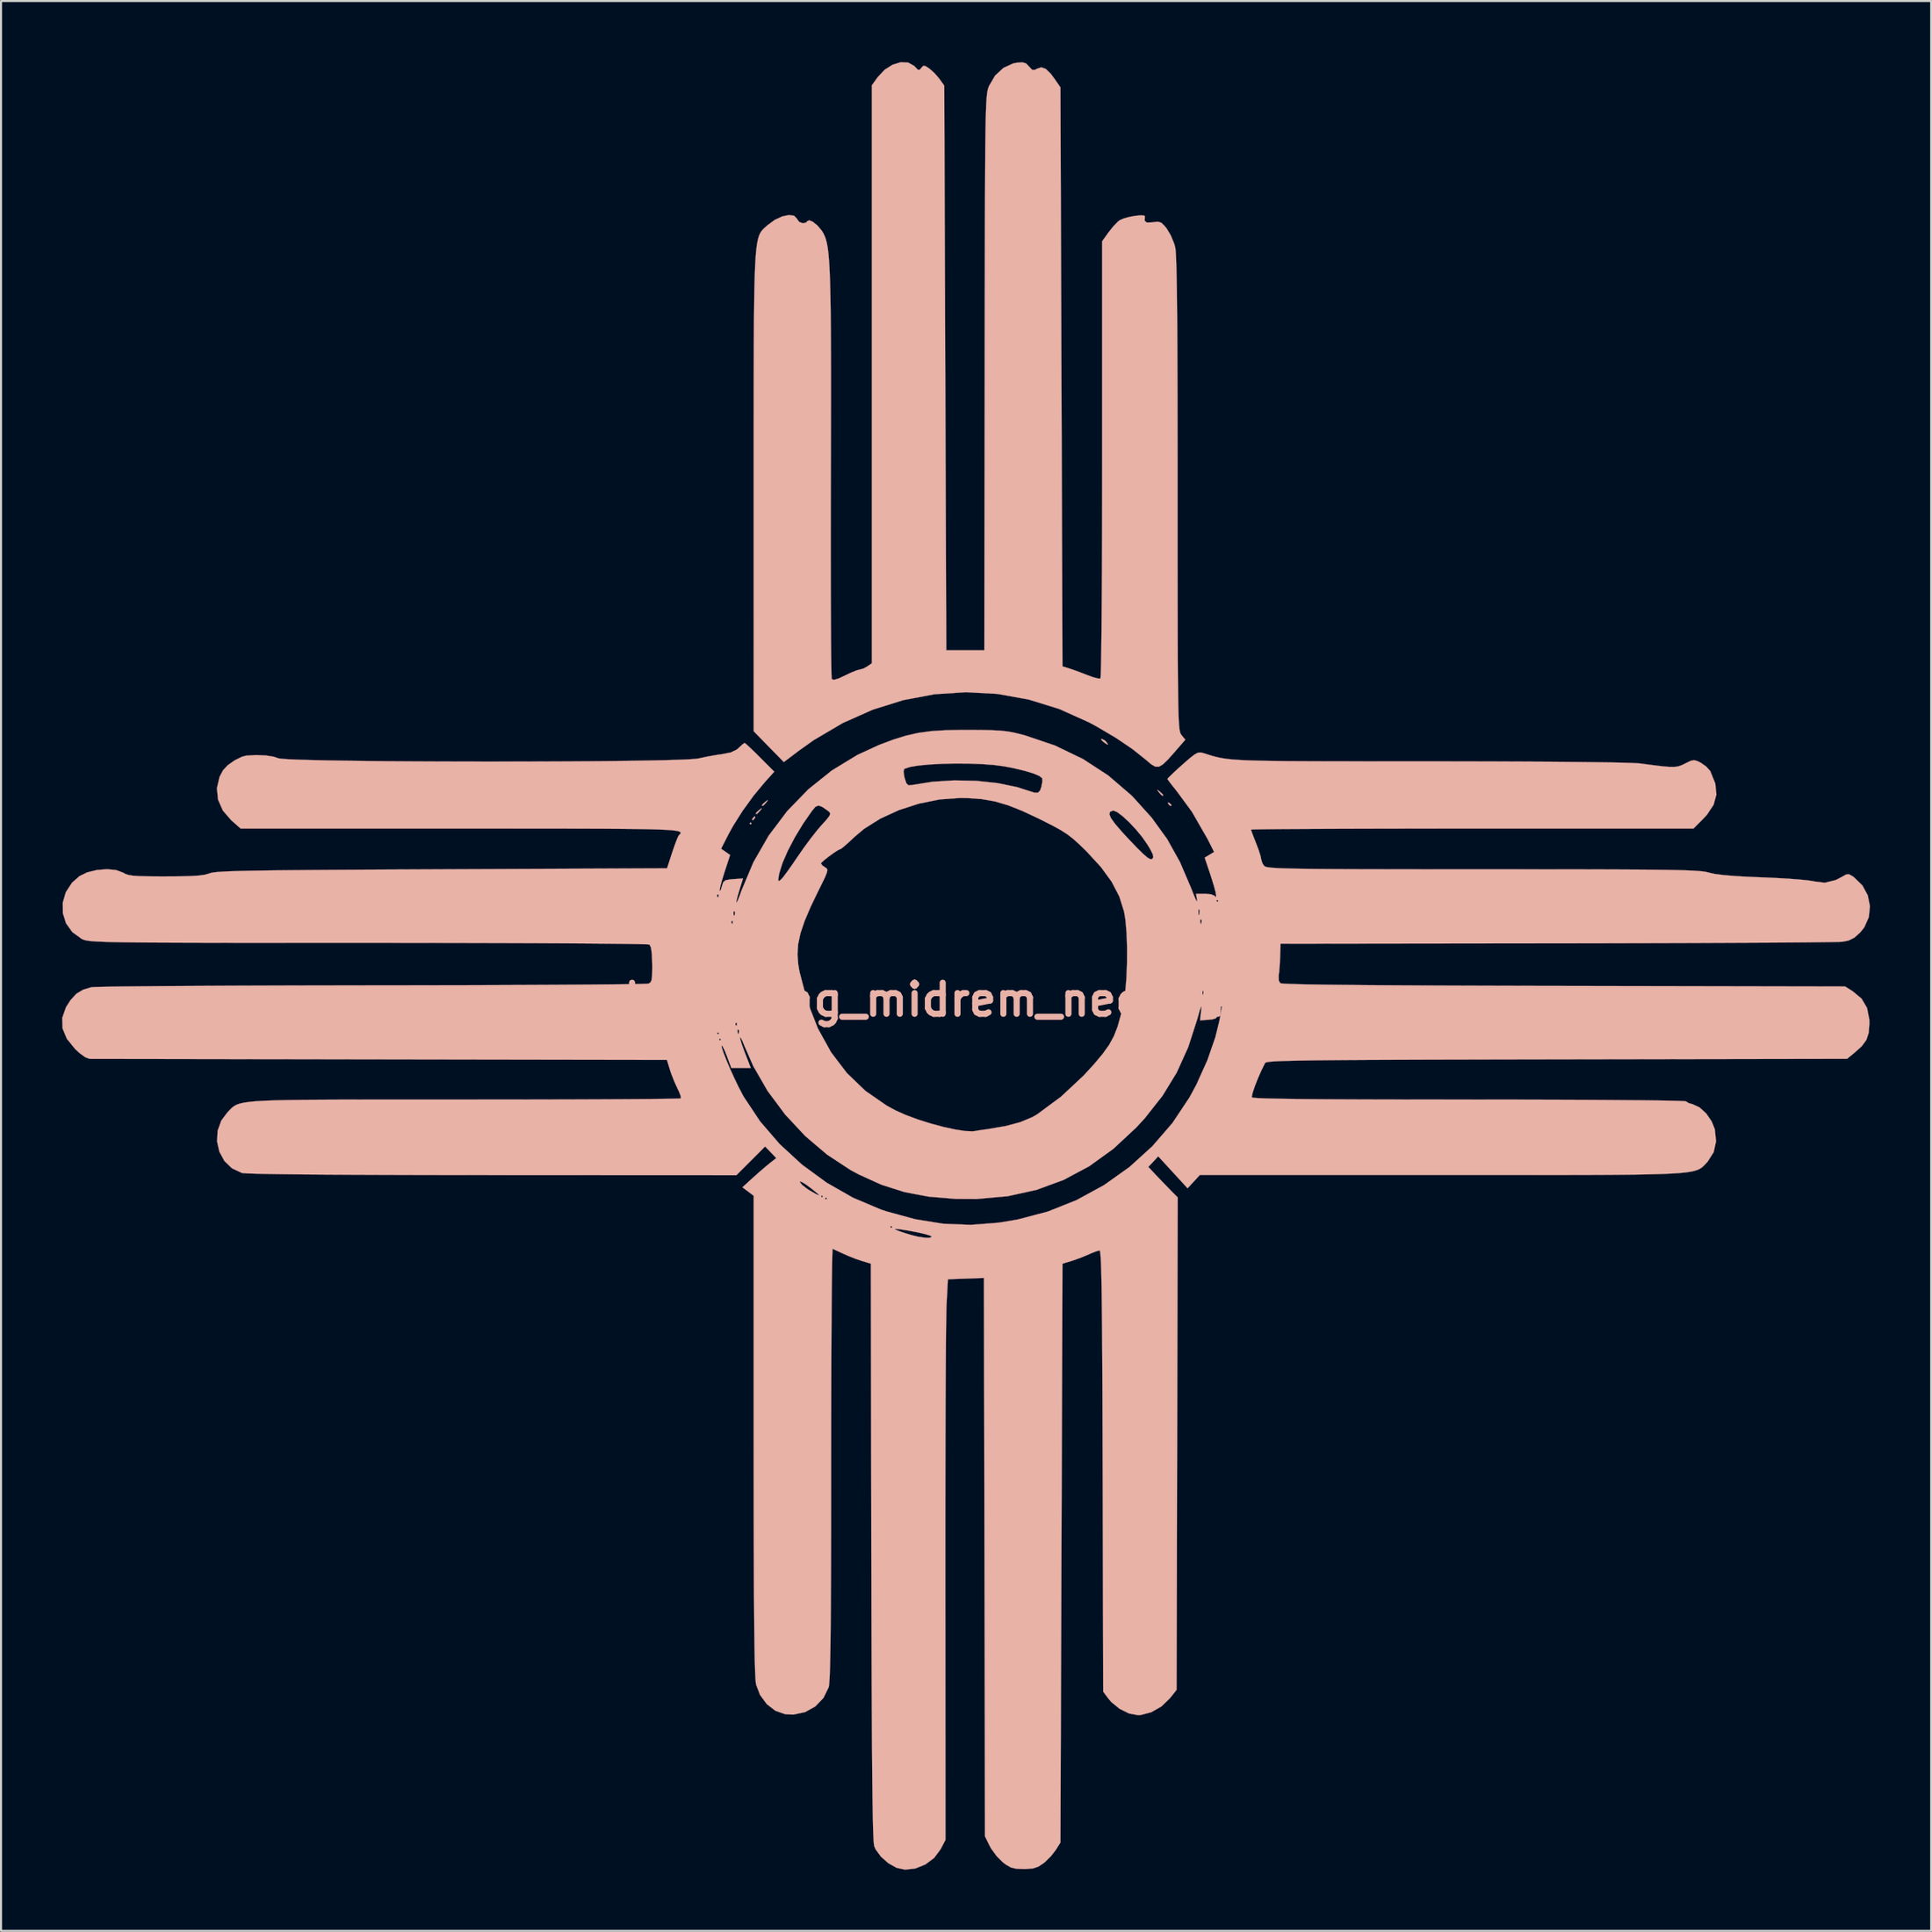
<source format=kicad_pcb>
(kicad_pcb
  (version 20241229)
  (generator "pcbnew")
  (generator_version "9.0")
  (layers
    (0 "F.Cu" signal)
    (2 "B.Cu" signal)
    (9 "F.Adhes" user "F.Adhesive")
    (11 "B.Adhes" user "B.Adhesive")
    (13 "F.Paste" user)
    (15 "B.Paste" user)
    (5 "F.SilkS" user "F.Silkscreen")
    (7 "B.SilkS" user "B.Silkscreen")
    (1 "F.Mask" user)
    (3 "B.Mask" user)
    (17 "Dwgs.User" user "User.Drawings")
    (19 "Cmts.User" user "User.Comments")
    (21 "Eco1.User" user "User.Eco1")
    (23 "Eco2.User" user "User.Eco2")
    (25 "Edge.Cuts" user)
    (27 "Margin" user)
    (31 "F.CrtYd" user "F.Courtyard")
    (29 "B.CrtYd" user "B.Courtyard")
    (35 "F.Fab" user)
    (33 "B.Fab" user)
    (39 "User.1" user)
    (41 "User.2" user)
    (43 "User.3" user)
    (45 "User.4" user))
  (footprint "dczia_png_midrem_neg_64_bs"
    (layer "F.Cu")
    (at 43.929 46.002)
    (property "Reference" "dczia_png_midrem_neg_64_bs" (at 0 0 0) (layer "B.SilkS") (effects (font (size 1.524 1.524) (thickness 0.3))))
    (attr through_hole)
    (fp_poly (pts (xy -10.1 -8.65) (xy -10.15 -8.6) (xy -10.2 -8.65) (xy -10.15 -8.7) (xy -10.1 -8.65)) (stroke (width 0.01) (type solid)) (fill yes) (layer "B.SilkS"))
    (fp_poly (pts (xy 7.216 -12.731) (xy 7.3 -12.65) (xy 7.388 -12.523) (xy 7.33 -12.532) (xy 7.156 -12.653) (xy 7.047 -12.762) (xy 7.069 -12.8) (xy 7.216 -12.731)) (stroke (width 0.01) (type solid)) (fill yes) (layer "B.SilkS"))
    (fp_poly (pts (xy 10.385 -9.66) (xy 10.491 -9.567) (xy 10.5 -9.544) (xy 10.453 -9.503) (xy 10.354 -9.595) (xy 10.34 -9.615) (xy 10.329 -9.684) (xy 10.385 -9.66)) (stroke (width 0.01) (type solid)) (fill yes) (layer "B.SilkS"))
    (fp_poly (pts (xy -9.931 -8.935) (xy -9.95 -8.9) (xy -10.044 -8.805) (xy -10.062 -8.8) (xy -10.069 -8.865) (xy -10.05 -8.9) (xy -9.956 -8.996) (xy -9.938 -9) (xy -9.931 -8.935)) (stroke (width 0.01) (type solid)) (fill yes) (layer "B.SilkS"))
    (fp_poly (pts (xy -9.631 -9.347) (xy -9.687 -9.275) (xy -9.833 -9.12) (xy -9.898 -9.12) (xy -9.9 -9.138) (xy -9.832 -9.221) (xy -9.725 -9.313) (xy -9.607 -9.399) (xy -9.631 -9.347)) (stroke (width 0.01) (type solid)) (fill yes) (layer "B.SilkS"))
    (fp_poly (pts (xy -9.331 -9.747) (xy -9.387 -9.675) (xy -9.533 -9.52) (xy -9.598 -9.52) (xy -9.6 -9.538) (xy -9.532 -9.621) (xy -9.425 -9.713) (xy -9.307 -9.799) (xy -9.331 -9.747)) (stroke (width 0.01) (type solid)) (fill yes) (layer "B.SilkS"))
    (fp_poly (pts (xy 9.853 -10.269) (xy 9.925 -10.213) (xy 10.08 -10.067) (xy 10.08 -10.002) (xy 10.062 -10) (xy 9.979 -10.068) (xy 9.887 -10.175) (xy 9.801 -10.293) (xy 9.853 -10.269)) (stroke (width 0.01) (type solid)) (fill yes) (layer "B.SilkS"))
    (fp_poly (pts (xy -2.421 -45.982) (xy -2.127 -45.818) (xy -2.093 -45.782) (xy -1.945 -45.631) (xy -1.853 -45.627) (xy -1.777 -45.718) (xy -1.682 -45.821) (xy -1.571 -45.81) (xy -1.384 -45.689) (xy -1.134 -45.468) (xy -0.896 -45.195) (xy -0.879 -45.171) (xy -0.65 -44.85) (xy -0.55 -17.15) (xy 1.317 -17.15) (xy 1.334 -30.75) (xy 1.336 -32.673) (xy 1.338 -34.406) (xy 1.341 -35.959) (xy 1.344 -37.343) (xy 1.347 -38.569) (xy 1.351 -39.645) (xy 1.355 -40.583) (xy 1.361 -41.393) (xy 1.367 -42.085) (xy 1.375 -42.67) (xy 1.384 -43.157) (xy 1.395 -43.557) (xy 1.407 -43.88) (xy 1.422 -44.137) (xy 1.438 -44.337) (xy 1.456 -44.491) (xy 1.477 -44.61) (xy 1.501 -44.703) (xy 1.527 -44.78) (xy 1.55 -44.839) (xy 1.845 -45.341) (xy 2.253 -45.719) (xy 2.734 -45.94) (xy 2.901 -45.973) (xy 3.189 -45.993) (xy 3.366 -45.939) (xy 3.509 -45.79) (xy 3.658 -45.631) (xy 3.791 -45.621) (xy 3.898 -45.677) (xy 4.115 -45.748) (xy 4.333 -45.671) (xy 4.577 -45.432) (xy 4.757 -45.19) (xy 5.05 -44.767) (xy 5.15 -16.355) (xy 5.45 -16.266) (xy 5.707 -16.179) (xy 6.06 -16.049) (xy 6.338 -15.94) (xy 6.656 -15.825) (xy 6.902 -15.76) (xy 7.013 -15.758) (xy 7.025 -15.863) (xy 7.036 -16.157) (xy 7.047 -16.625) (xy 7.057 -17.256) (xy 7.067 -18.038) (xy 7.075 -18.958) (xy 7.082 -20.003) (xy 7.089 -21.162) (xy 7.094 -22.421) (xy 7.097 -23.769) (xy 7.099 -25.193) (xy 7.1 -26.515) (xy 7.1 -37.217) (xy 7.416 -37.658) (xy 7.64 -37.939) (xy 7.859 -38.167) (xy 7.955 -38.244) (xy 8.152 -38.331) (xy 8.429 -38.407) (xy 8.729 -38.462) (xy 8.993 -38.487) (xy 9.162 -38.473) (xy 9.193 -38.438) (xy 9.184 -38.221) (xy 9.289 -38.131) (xy 9.541 -38.14) (xy 9.586 -38.148) (xy 9.831 -38.174) (xy 9.998 -38.125) (xy 10.163 -37.964) (xy 10.268 -37.832) (xy 10.467 -37.498) (xy 10.633 -37.094) (xy 10.682 -36.917) (xy 10.701 -36.772) (xy 10.719 -36.516) (xy 10.734 -36.141) (xy 10.748 -35.641) (xy 10.76 -35.008) (xy 10.77 -34.233) (xy 10.779 -33.31) (xy 10.786 -32.23) (xy 10.791 -30.987) (xy 10.796 -29.571) (xy 10.798 -27.977) (xy 10.8 -26.195) (xy 10.8 -24.803) (xy 10.8 -23.036) (xy 10.8 -21.457) (xy 10.801 -20.057) (xy 10.803 -18.824) (xy 10.805 -17.747) (xy 10.808 -16.815) (xy 10.813 -16.018) (xy 10.819 -15.344) (xy 10.826 -14.783) (xy 10.835 -14.323) (xy 10.846 -13.954) (xy 10.859 -13.664) (xy 10.874 -13.444) (xy 10.891 -13.281) (xy 10.911 -13.165) (xy 10.934 -13.085) (xy 10.96 -13.03) (xy 10.988 -12.99) (xy 11.177 -12.757) (xy 10.677 -12.182) (xy 10.332 -11.794) (xy 10.079 -11.548) (xy 9.881 -11.433) (xy 9.701 -11.439) (xy 9.501 -11.555) (xy 9.249 -11.769) (xy 8.582 -12.301) (xy 7.765 -12.854) (xy 6.845 -13.398) (xy 6.45 -13.611) (xy 4.991 -14.267) (xy 3.49 -14.731) (xy 1.962 -15.005) (xy 0.418 -15.091) (xy -1.127 -14.989) (xy -2.66 -14.701) (xy -4.169 -14.228) (xy -5.641 -13.572) (xy -7.061 -12.734) (xy -7.786 -12.218) (xy -8.521 -11.662) (xy -10 -13.175) (xy -9.999 -24.862) (xy -9.999 -26.703) (xy -9.999 -28.354) (xy -9.998 -29.827) (xy -9.996 -31.132) (xy -9.992 -32.28) (xy -9.986 -33.282) (xy -9.977 -34.148) (xy -9.965 -34.89) (xy -9.948 -35.518) (xy -9.927 -36.042) (xy -9.901 -36.475) (xy -9.869 -36.825) (xy -9.831 -37.105) (xy -9.785 -37.325) (xy -9.733 -37.495) (xy -9.672 -37.627) (xy -9.603 -37.731) (xy -9.525 -37.818) (xy -9.437 -37.899) (xy -9.338 -37.984) (xy -9.306 -38.012) (xy -8.959 -38.266) (xy -8.601 -38.431) (xy -8.274 -38.501) (xy -8.019 -38.467) (xy -7.877 -38.32) (xy -7.871 -38.3) (xy -7.761 -38.159) (xy -7.582 -38.096) (xy -7.424 -38.132) (xy -7.383 -38.188) (xy -7.28 -38.243) (xy -7.097 -38.169) (xy -6.879 -37.994) (xy -6.67 -37.747) (xy -6.65 -37.718) (xy -6.578 -37.6) (xy -6.514 -37.467) (xy -6.458 -37.309) (xy -6.408 -37.113) (xy -6.365 -36.869) (xy -6.328 -36.564) (xy -6.297 -36.187) (xy -6.272 -35.727) (xy -6.251 -35.173) (xy -6.235 -34.511) (xy -6.223 -33.733) (xy -6.215 -32.825) (xy -6.21 -31.776) (xy -6.207 -30.575) (xy -6.208 -29.21) (xy -6.21 -27.671) (xy -6.214 -25.944) (xy -6.215 -25.648) (xy -6.218 -24.264) (xy -6.219 -22.936) (xy -6.219 -21.677) (xy -6.218 -20.501) (xy -6.215 -19.423) (xy -6.211 -18.456) (xy -6.206 -17.613) (xy -6.199 -16.909) (xy -6.192 -16.356) (xy -6.184 -15.97) (xy -6.174 -15.763) (xy -6.169 -15.731) (xy -6.059 -15.695) (xy -5.824 -15.766) (xy -5.524 -15.906) (xy -5.201 -16.059) (xy -4.935 -16.165) (xy -4.797 -16.199) (xy -4.603 -16.254) (xy -4.422 -16.356) (xy -4.2 -16.511) (xy -4.2 -44.87) (xy -3.912 -45.268) (xy -3.573 -45.629) (xy -3.185 -45.876) (xy -2.788 -45.997) (xy -2.421 -45.982)) (stroke (width 0.01) (type solid)) (fill yes) (layer "B.SilkS"))
    (fp_poly (pts (xy 1.18 -13.235) (xy 1.704 -13.223) (xy 2.115 -13.201) (xy 2.458 -13.163) (xy 2.776 -13.105) (xy 3.113 -13.024) (xy 3.302 -12.973) (xy 4.782 -12.473) (xy 6.151 -11.814) (xy 7.398 -11.002) (xy 8.514 -10.044) (xy 8.624 -9.934) (xy 9.533 -8.925) (xy 10.286 -7.883) (xy 10.916 -6.755) (xy 11.458 -5.488) (xy 11.471 -5.453) (xy 11.606 -5.109) (xy 11.704 -4.89) (xy 11.756 -4.819) (xy 11.756 -4.85) (xy 12.7 -4.85) (xy 12.75 -4.8) (xy 12.8 -4.85) (xy 12.75 -4.9) (xy 12.7 -4.85) (xy 11.756 -4.85) (xy 11.757 -4.875) (xy 11.705 -5.2) (xy 12.144 -5.2) (xy 12.441 -5.173) (xy 12.615 -5.101) (xy 12.634 -5.075) (xy 12.679 -5.029) (xy 12.692 -5.109) (xy 12.665 -5.271) (xy 12.587 -5.569) (xy 12.471 -5.949) (xy 12.415 -6.12) (xy 12.131 -6.972) (xy 12.361 -7.112) (xy 12.591 -7.251) (xy 12.262 -7.904) (xy 11.501 -9.225) (xy 10.767 -10.224) (xy 10.542 -10.505) (xy 10.376 -10.722) (xy 10.301 -10.832) (xy 10.3 -10.836) (xy 10.37 -10.915) (xy 10.557 -11.096) (xy 10.83 -11.349) (xy 11.036 -11.534) (xy 11.38 -11.836) (xy 11.617 -12.023) (xy 11.784 -12.115) (xy 11.922 -12.133) (xy 12.061 -12.102) (xy 12.271 -12.036) (xy 12.459 -11.977) (xy 12.641 -11.926) (xy 12.829 -11.881) (xy 13.035 -11.843) (xy 13.273 -11.81) (xy 13.557 -11.783) (xy 13.898 -11.76) (xy 14.312 -11.742) (xy 14.809 -11.728) (xy 15.404 -11.717) (xy 16.11 -11.709) (xy 16.939 -11.704) (xy 17.905 -11.7) (xy 19.021 -11.698) (xy 20.301 -11.697) (xy 21.756 -11.696) (xy 23.086 -11.696) (xy 24.734 -11.694) (xy 26.271 -11.69) (xy 27.687 -11.684) (xy 28.974 -11.677) (xy 30.121 -11.667) (xy 31.118 -11.656) (xy 31.958 -11.644) (xy 32.63 -11.63) (xy 33.124 -11.614) (xy 33.431 -11.598) (xy 33.5 -11.591) (xy 34.132 -11.507) (xy 34.6 -11.451) (xy 34.94 -11.423) (xy 35.185 -11.423) (xy 35.371 -11.451) (xy 35.531 -11.506) (xy 35.702 -11.589) (xy 35.707 -11.592) (xy 35.968 -11.719) (xy 36.142 -11.755) (xy 36.316 -11.705) (xy 36.467 -11.629) (xy 36.732 -11.444) (xy 36.927 -11.228) (xy 36.943 -11.2) (xy 37.181 -10.604) (xy 37.234 -10.066) (xy 37.096 -9.563) (xy 36.766 -9.069) (xy 36.587 -8.878) (xy 36.11 -8.4) (xy 25.255 -8.4) (xy 23.8 -8.4) (xy 22.402 -8.398) (xy 21.074 -8.396) (xy 19.829 -8.393) (xy 18.68 -8.389) (xy 17.64 -8.385) (xy 16.721 -8.38) (xy 15.937 -8.375) (xy 15.3 -8.369) (xy 14.823 -8.362) (xy 14.519 -8.356) (xy 14.401 -8.349) (xy 14.4 -8.348) (xy 14.435 -8.236) (xy 14.526 -7.992) (xy 14.65 -7.681) (xy 14.779 -7.337) (xy 14.87 -7.048) (xy 14.9 -6.89) (xy 14.967 -6.679) (xy 15.057 -6.557) (xy 15.097 -6.532) (xy 15.172 -6.51) (xy 15.292 -6.49) (xy 15.469 -6.472) (xy 15.713 -6.458) (xy 16.037 -6.445) (xy 16.451 -6.434) (xy 16.966 -6.425) (xy 17.594 -6.418) (xy 18.345 -6.412) (xy 19.231 -6.407) (xy 20.263 -6.404) (xy 21.453 -6.402) (xy 22.81 -6.4) (xy 24.347 -6.399) (xy 25.782 -6.399) (xy 27.486 -6.398) (xy 29.001 -6.397) (xy 30.34 -6.396) (xy 31.513 -6.393) (xy 32.532 -6.389) (xy 33.409 -6.384) (xy 34.155 -6.378) (xy 34.782 -6.37) (xy 35.301 -6.36) (xy 35.723 -6.348) (xy 36.061 -6.334) (xy 36.326 -6.318) (xy 36.529 -6.3) (xy 36.682 -6.279) (xy 36.797 -6.255) (xy 36.85 -6.24) (xy 37.151 -6.172) (xy 37.604 -6.114) (xy 38.222 -6.064) (xy 39.018 -6.022) (xy 39.5 -6.003) (xy 40.161 -5.974) (xy 40.777 -5.938) (xy 41.311 -5.897) (xy 41.727 -5.856) (xy 41.99 -5.816) (xy 42.032 -5.805) (xy 42.559 -5.741) (xy 43.094 -5.873) (xy 43.374 -6.018) (xy 43.593 -6.141) (xy 43.737 -6.158) (xy 43.902 -6.069) (xy 43.986 -6.01) (xy 44.4 -5.607) (xy 44.662 -5.119) (xy 44.768 -4.587) (xy 44.713 -4.052) (xy 44.492 -3.554) (xy 44.291 -3.303) (xy 44 -3.043) (xy 43.719 -2.905) (xy 43.429 -2.847) (xy 43.272 -2.839) (xy 42.928 -2.832) (xy 42.407 -2.825) (xy 41.723 -2.817) (xy 40.887 -2.81) (xy 39.911 -2.803) (xy 38.807 -2.797) (xy 37.588 -2.791) (xy 36.265 -2.785) (xy 34.851 -2.78) (xy 33.357 -2.776) (xy 31.795 -2.772) (xy 30.179 -2.769) (xy 29.4 -2.768) (xy 15.85 -2.75) (xy 15.829 -2.1) (xy 15.811 -1.714) (xy 15.783 -1.372) (xy 15.758 -1.184) (xy 15.765 -0.941) (xy 15.836 -0.811) (xy 15.938 -0.795) (xy 16.205 -0.779) (xy 16.639 -0.764) (xy 17.244 -0.751) (xy 18.022 -0.738) (xy 18.977 -0.727) (xy 20.112 -0.717) (xy 21.429 -0.708) (xy 22.933 -0.699) (xy 24.626 -0.692) (xy 26.511 -0.686) (xy 28.591 -0.68) (xy 29.757 -0.678) (xy 43.55 -0.65) (xy 43.922 -0.417) (xy 44.358 -0.052) (xy 44.626 0.402) (xy 44.738 0.968) (xy 44.742 1.177) (xy 44.707 1.625) (xy 44.592 1.973) (xy 44.364 2.283) (xy 43.991 2.618) (xy 43.646 2.898) (xy 29.409 2.924) (xy 27.42 2.928) (xy 25.622 2.932) (xy 24.006 2.936) (xy 22.561 2.94) (xy 21.278 2.945) (xy 20.148 2.95) (xy 19.162 2.956) (xy 18.31 2.963) (xy 17.583 2.971) (xy 16.971 2.98) (xy 16.464 2.99) (xy 16.054 3.001) (xy 15.731 3.013) (xy 15.486 3.027) (xy 15.309 3.042) (xy 15.191 3.06) (xy 15.122 3.079) (xy 15.092 3.1) (xy 15.092 3.1) (xy 14.915 3.46) (xy 14.742 3.852) (xy 14.594 4.228) (xy 14.487 4.542) (xy 14.44 4.745) (xy 14.445 4.792) (xy 14.528 4.811) (xy 14.758 4.828) (xy 15.138 4.843) (xy 15.674 4.856) (xy 16.372 4.867) (xy 17.236 4.877) (xy 18.272 4.885) (xy 19.485 4.891) (xy 20.88 4.896) (xy 22.462 4.898) (xy 24.237 4.9) (xy 25.1 4.9) (xy 26.567 4.901) (xy 27.971 4.903) (xy 29.299 4.907) (xy 30.537 4.912) (xy 31.675 4.918) (xy 32.698 4.926) (xy 33.595 4.934) (xy 34.352 4.944) (xy 34.958 4.954) (xy 35.4 4.965) (xy 35.665 4.977) (xy 35.742 4.987) (xy 35.871 5.069) (xy 36.077 5.13) (xy 36.41 5.284) (xy 36.734 5.58) (xy 37.001 5.965) (xy 37.155 6.349) (xy 37.218 6.944) (xy 37.099 7.483) (xy 36.804 7.944) (xy 36.779 7.971) (xy 36.692 8.064) (xy 36.613 8.147) (xy 36.532 8.221) (xy 36.437 8.286) (xy 36.318 8.344) (xy 36.164 8.394) (xy 35.964 8.437) (xy 35.707 8.474) (xy 35.383 8.505) (xy 34.981 8.53) (xy 34.49 8.55) (xy 33.899 8.566) (xy 33.198 8.579) (xy 32.375 8.588) (xy 31.42 8.594) (xy 30.322 8.597) (xy 29.07 8.599) (xy 27.654 8.6) (xy 26.063 8.6) (xy 24.286 8.6) (xy 23.727 8.6) (xy 11.889 8.6) (xy 11.289 9.25) (xy 10.57 8.466) (xy 9.85 7.682) (xy 9.606 7.943) (xy 9.362 8.203) (xy 9.756 8.621) (xy 10.049 8.928) (xy 10.35 9.239) (xy 10.477 9.37) (xy 10.805 9.701) (xy 10.777 21.78) (xy 10.75 33.858) (xy 10.423 34.271) (xy 10.008 34.671) (xy 9.51 34.956) (xy 8.992 35.093) (xy 8.852 35.1) (xy 8.41 35.016) (xy 7.952 34.788) (xy 7.546 34.457) (xy 7.4 34.285) (xy 7.15 33.95) (xy 7.124 23.125) (xy 7.119 21.351) (xy 7.114 19.769) (xy 7.108 18.367) (xy 7.101 17.138) (xy 7.094 16.073) (xy 7.085 15.161) (xy 7.076 14.394) (xy 7.065 13.762) (xy 7.053 13.257) (xy 7.039 12.869) (xy 7.023 12.589) (xy 7.006 12.408) (xy 6.987 12.316) (xy 6.974 12.3) (xy 6.812 12.34) (xy 6.555 12.441) (xy 6.45 12.489) (xy 6.085 12.643) (xy 5.685 12.787) (xy 5.6 12.814) (xy 5.15 12.95) (xy 5.05 41.35) (xy 4.823 41.714) (xy 4.592 42.013) (xy 4.3 42.302) (xy 4.223 42.364) (xy 3.966 42.534) (xy 3.712 42.62) (xy 3.373 42.648) (xy 3.246 42.65) (xy 2.877 42.636) (xy 2.616 42.573) (xy 2.375 42.434) (xy 2.229 42.323) (xy 1.927 42.023) (xy 1.658 41.658) (xy 1.583 41.523) (xy 1.35 41.05) (xy 1.298 13.65) (xy -0.471 13.713) (xy -0.538 14.984) (xy -0.546 15.245) (xy -0.554 15.692) (xy -0.562 16.313) (xy -0.569 17.092) (xy -0.575 18.016) (xy -0.581 19.072) (xy -0.586 20.246) (xy -0.59 21.525) (xy -0.593 22.894) (xy -0.596 24.34) (xy -0.597 25.85) (xy -0.598 27.409) (xy -0.597 28.738) (xy -0.59 41.221) (xy -0.832 41.685) (xy -1.148 42.107) (xy -1.577 42.427) (xy -2.068 42.625) (xy -2.573 42.68) (xy -2.987 42.592) (xy -3.393 42.364) (xy -3.755 42.044) (xy -4.014 41.691) (xy -4.083 41.531) (xy -4.101 41.421) (xy -4.117 41.207) (xy -4.132 40.881) (xy -4.146 40.436) (xy -4.158 39.864) (xy -4.169 39.159) (xy -4.179 38.314) (xy -4.188 37.322) (xy -4.196 36.175) (xy -4.203 34.866) (xy -4.21 33.388) (xy -4.215 31.734) (xy -4.22 29.897) (xy -4.224 27.87) (xy -4.226 27.05) (xy -4.25 12.95) (xy -4.7 12.813) (xy -5.017 12.706) (xy -5.372 12.563) (xy -5.82 12.362) (xy -6.125 12.219) (xy -6.135 12.312) (xy -6.145 12.592) (xy -6.154 13.046) (xy -6.163 13.661) (xy -6.171 14.424) (xy -6.178 15.323) (xy -6.184 16.343) (xy -6.19 17.473) (xy -6.194 18.7) (xy -6.197 20.009) (xy -6.199 21.389) (xy -6.2 22.755) (xy -6.201 24.555) (xy -6.202 26.164) (xy -6.205 27.591) (xy -6.21 28.843) (xy -6.216 29.931) (xy -6.224 30.863) (xy -6.233 31.648) (xy -6.244 32.294) (xy -6.257 32.81) (xy -6.272 33.205) (xy -6.289 33.488) (xy -6.308 33.667) (xy -6.321 33.732) (xy -6.577 34.258) (xy -6.975 34.672) (xy -7.478 34.952) (xy -8.05 35.073) (xy -8.451 35.055) (xy -8.93 34.888) (xy -9.355 34.56) (xy -9.686 34.111) (xy -9.88 33.604) (xy -9.9 33.465) (xy -9.917 33.222) (xy -9.933 32.866) (xy -9.947 32.391) (xy -9.959 31.787) (xy -9.969 31.047) (xy -9.978 30.163) (xy -9.985 29.127) (xy -9.99 27.931) (xy -9.995 26.567) (xy -9.998 25.027) (xy -9.999 23.303) (xy -10 21.387) (xy -10 11.243) (xy -3.076 11.243) (xy -3.014 11.29) (xy -2.815 11.37) (xy -2.536 11.464) (xy -2.234 11.553) (xy -1.966 11.619) (xy -1.9 11.631) (xy -1.561 11.679) (xy -1.366 11.678) (xy -1.263 11.63) (xy -1.262 11.629) (xy -1.322 11.581) (xy -1.539 11.511) (xy -1.877 11.43) (xy -2.115 11.382) (xy -2.519 11.309) (xy -2.841 11.259) (xy -3.038 11.239) (xy -3.076 11.243) (xy -10 11.243) (xy -10 11.15) (xy -3.3 11.15) (xy -3.25 11.2) (xy -3.2 11.15) (xy -3.25 11.1) (xy -3.3 11.15) (xy -10 11.15) (xy -10 9.75) (xy -6.5 9.75) (xy -6.45 9.8) (xy -6.4 9.75) (xy -6.45 9.7) (xy -6.5 9.75) (xy -10 9.75) (xy -10 9.65) (xy -6.7 9.65) (xy -6.65 9.7) (xy -6.6 9.65) (xy -6.65 9.6) (xy -6.7 9.65) (xy -10 9.65) (xy -10 9.617) (xy -10.55 9.202) (xy -10.266 8.942) (xy -7.739 8.942) (xy -7.621 9.086) (xy -7.392 9.267) (xy -7.264 9.35) (xy -6.968 9.52) (xy -6.81 9.594) (xy -6.802 9.567) (xy -6.855 9.518) (xy -7.158 9.27) (xy -7.428 9.071) (xy -7.633 8.945) (xy -7.736 8.914) (xy -7.739 8.942) (xy -10.266 8.942) (xy -10.05 8.745) (xy -9.732 8.461) (xy -9.418 8.191) (xy -9.221 8.029) (xy -8.892 7.77) (xy -9.165 7.484) (xy -9.439 7.198) (xy -10.145 7.904) (xy -10.85 8.609) (xy -22.8 8.603) (xy -24.744 8.602) (xy -26.537 8.598) (xy -28.173 8.593) (xy -29.649 8.587) (xy -30.96 8.579) (xy -32.1 8.57) (xy -33.066 8.559) (xy -33.851 8.547) (xy -34.453 8.534) (xy -34.865 8.519) (xy -35.084 8.503) (xy -35.11 8.498) (xy -35.596 8.271) (xy -35.967 7.911) (xy -36.214 7.459) (xy -36.328 6.952) (xy -36.3 6.429) (xy -36.12 5.928) (xy -35.821 5.527) (xy -35.726 5.429) (xy -35.642 5.342) (xy -35.558 5.265) (xy -35.46 5.197) (xy -35.339 5.138) (xy -35.183 5.088) (xy -34.979 5.045) (xy -34.717 5.009) (xy -34.385 4.979) (xy -33.971 4.956) (xy -33.463 4.937) (xy -32.851 4.923) (xy -32.123 4.913) (xy -31.267 4.907) (xy -30.271 4.902) (xy -29.125 4.9) (xy -27.816 4.9) (xy -26.332 4.9) (xy -24.664 4.9) (xy -24.22 4.9) (xy -22.782 4.899) (xy -21.4 4.898) (xy -20.088 4.895) (xy -18.858 4.892) (xy -17.725 4.887) (xy -16.7 4.882) (xy -15.797 4.876) (xy -15.03 4.87) (xy -14.411 4.863) (xy -13.953 4.856) (xy -13.669 4.848) (xy -13.573 4.84) (xy -13.58 4.725) (xy -13.666 4.499) (xy -13.732 4.365) (xy -13.898 4.005) (xy -14.057 3.592) (xy -14.104 3.45) (xy -14.257 2.95) (xy -28.304 2.925) (xy -29.967 2.922) (xy -31.578 2.919) (xy -33.124 2.916) (xy -34.594 2.914) (xy -35.977 2.911) (xy -37.261 2.909) (xy -38.434 2.907) (xy -39.485 2.905) (xy -40.403 2.904) (xy -41.175 2.902) (xy -41.79 2.901) (xy -42.237 2.901) (xy -42.504 2.9) (xy -42.58 2.9) (xy -42.794 2.823) (xy -43.086 2.609) (xy -43.287 2.422) (xy -43.436 2.239) (xy -11.572 2.239) (xy -11.562 2.353) (xy -11.478 2.609) (xy -11.338 2.967) (xy -11.159 3.389) (xy -10.955 3.838) (xy -10.744 4.275) (xy -10.543 4.661) (xy -10.483 4.769) (xy -9.687 5.966) (xy -8.727 7.081) (xy -7.629 8.091) (xy -6.418 8.977) (xy -5.12 9.717) (xy -3.761 10.292) (xy -3.5 10.38) (xy -2.074 10.77) (xy -0.706 10.991) (xy 0.648 11.046) (xy 2.034 10.937) (xy 2.946 10.785) (xy 4.432 10.393) (xy 5.855 9.824) (xy 7.195 9.092) (xy 8.435 8.21) (xy 9.558 7.191) (xy 10.546 6.049) (xy 11.382 4.795) (xy 11.73 4.148) (xy 12.264 2.962) (xy 12.649 1.849) (xy 12.843 1.067) (xy 12.925 0.645) (xy 12.973 0.345) (xy 12.986 0.183) (xy 12.964 0.174) (xy 12.906 0.337) (xy 12.861 0.5) (xy 12.777 0.775) (xy 12.675 0.912) (xy 12.493 0.965) (xy 12.322 0.981) (xy 11.902 1.011) (xy 11.955 0.531) (xy 11.968 0.354) (xy 11.946 0.344) (xy 11.888 0.511) (xy 11.788 0.863) (xy 11.764 0.95) (xy 11.319 2.329) (xy 10.756 3.573) (xy 10.053 4.721) (xy 9.187 5.816) (xy 8.763 6.277) (xy 7.644 7.317) (xy 6.46 8.171) (xy 5.205 8.841) (xy 3.872 9.33) (xy 2.453 9.641) (xy 0.942 9.776) (xy -0.092 9.771) (xy -1.406 9.662) (xy -2.602 9.436) (xy -3.73 9.077) (xy -4.845 8.571) (xy -5.245 8.355) (xy -6.395 7.601) (xy -7.475 6.683) (xy -8.456 5.631) (xy -9.314 4.478) (xy -10.021 3.253) (xy -10.45 2.273) (xy -10.558 2.011) (xy -10.642 1.857) (xy -10.67 1.837) (xy -10.656 1.943) (xy -10.582 2.187) (xy -10.462 2.521) (xy -10.426 2.614) (xy -10.141 3.35) (xy -11.094 3.35) (xy -11.311 2.772) (xy -11.429 2.478) (xy -11.525 2.287) (xy -11.572 2.239) (xy -43.436 2.239) (xy -43.669 1.95) (xy -11.7 1.95) (xy -11.65 2) (xy -11.6 1.95) (xy -11.65 1.9) (xy -11.7 1.95) (xy -43.669 1.95) (xy -43.699 1.913) (xy -43.808 1.65) (xy -11.8 1.65) (xy -11.75 1.7) (xy -11.7 1.65) (xy -11.75 1.6) (xy -11.8 1.65) (xy -43.808 1.65) (xy -43.853 1.542) (xy -10.792 1.542) (xy -10.774 1.671) (xy -10.74 1.673) (xy -10.716 1.539) (xy -10.732 1.481) (xy -10.776 1.443) (xy -10.792 1.542) (xy -43.853 1.542) (xy -43.911 1.403) (xy -43.916 1.2) (xy -10.9 1.2) (xy -10.863 1.282) (xy -10.833 1.267) (xy -10.821 1.148) (xy -10.833 1.133) (xy -10.893 1.147) (xy -10.9 1.2) (xy -43.916 1.2) (xy -43.924 0.888) (xy -43.739 0.363) (xy -43.518 0.02) (xy -43.23 -0.294) (xy -42.9 -0.492) (xy -42.502 -0.612) (xy -42.361 -0.622) (xy -42.032 -0.632) (xy -41.526 -0.642) (xy -40.857 -0.651) (xy -40.035 -0.659) (xy -39.073 -0.668) (xy -37.983 -0.675) (xy -36.777 -0.682) (xy -35.467 -0.689) (xy -34.065 -0.694) (xy -32.582 -0.699) (xy -31.031 -0.702) (xy -29.423 -0.705) (xy -28.75 -0.706) (xy -27.126 -0.708) (xy -25.556 -0.711) (xy -24.051 -0.714) (xy -22.624 -0.719) (xy -21.285 -0.725) (xy -20.047 -0.731) (xy -18.921 -0.738) (xy -17.919 -0.745) (xy -17.054 -0.753) (xy -16.336 -0.761) (xy -15.778 -0.769) (xy -15.391 -0.778) (xy -15.188 -0.787) (xy -15.159 -0.791) (xy -15.067 -0.848) (xy -15.011 -0.96) (xy -14.984 -1.169) (xy -14.976 -1.517) (xy -14.977 -1.746) (xy -14.994 -2.23) (xy -7.852 -2.23) (xy -7.813 -1.727) (xy -7.751 -1.371) (xy -7.367 0.092) (xy -6.85 1.409) (xy -6.202 2.58) (xy -5.423 3.602) (xy -4.516 4.472) (xy -3.481 5.19) (xy -3.031 5.434) (xy -2.533 5.657) (xy -1.952 5.872) (xy -1.329 6.069) (xy -0.706 6.237) (xy -0.124 6.364) (xy 0.374 6.442) (xy 0.748 6.458) (xy 0.862 6.442) (xy 1.022 6.414) (xy 1.3 6.373) (xy 1.462 6.351) (xy 2.357 6.2) (xy 3.084 6.006) (xy 3.67 5.76) (xy 3.918 5.616) (xy 5.069 4.766) (xy 6.184 3.725) (xy 6.702 3.16) (xy 7.12 2.662) (xy 7.435 2.223) (xy 7.673 1.789) (xy 7.861 1.306) (xy 8.023 0.72) (xy 8.15 0.15) (xy 8.219 -0.3) (xy 12.016 -0.3) (xy 12.032 -0.158) (xy 12.066 -0.175) (xy 12.079 -0.38) (xy 12.066 -0.425) (xy 12.03 -0.438) (xy 12.016 -0.3) (xy 8.219 -0.3) (xy 8.233 -0.39) (xy 8.29 -1.058) (xy 8.319 -1.799) (xy 8.322 -2.556) (xy 8.297 -3.275) (xy 8.247 -3.858) (xy 11.908 -3.858) (xy 11.926 -3.729) (xy 11.96 -3.727) (xy 11.984 -3.861) (xy 11.968 -3.919) (xy 11.924 -3.957) (xy 11.908 -3.858) (xy 8.247 -3.858) (xy 8.244 -3.898) (xy 8.179 -4.3) (xy 11.816 -4.3) (xy 11.832 -4.158) (xy 11.866 -4.175) (xy 11.879 -4.38) (xy 11.866 -4.425) (xy 11.83 -4.438) (xy 11.816 -4.3) (xy 8.179 -4.3) (xy 8.177 -4.315) (xy 7.942 -5.061) (xy 7.567 -5.786) (xy 7.034 -6.517) (xy 6.348 -7.262) (xy 5.983 -7.618) (xy 5.679 -7.893) (xy 5.389 -8.117) (xy 5.067 -8.324) (xy 4.668 -8.543) (xy 4.145 -8.808) (xy 3.99 -8.885) (xy 3.523 -9.104) (xy 7.45 -9.104) (xy 7.528 -8.912) (xy 7.73 -8.631) (xy 8.063 -8.244) (xy 8.408 -7.871) (xy 8.821 -7.439) (xy 9.123 -7.143) (xy 9.333 -6.966) (xy 9.471 -6.892) (xy 9.555 -6.904) (xy 9.556 -6.905) (xy 9.609 -6.996) (xy 9.58 -7.145) (xy 9.454 -7.393) (xy 9.32 -7.614) (xy 9.064 -7.982) (xy 8.754 -8.358) (xy 8.426 -8.708) (xy 8.11 -9) (xy 7.841 -9.203) (xy 7.651 -9.283) (xy 7.626 -9.281) (xy 7.485 -9.221) (xy 7.45 -9.104) (xy 3.523 -9.104) (xy 3.178 -9.266) (xy 2.475 -9.544) (xy 1.831 -9.732) (xy 1.193 -9.844) (xy 0.51 -9.894) (xy 0.117 -9.9) (xy -0.876 -9.828) (xy -1.888 -9.624) (xy -2.874 -9.305) (xy -3.787 -8.886) (xy -4.585 -8.384) (xy -5.041 -8.001) (xy -5.33 -7.73) (xy -5.564 -7.523) (xy -5.707 -7.411) (xy -5.731 -7.4) (xy -5.854 -7.345) (xy -6.067 -7.208) (xy -6.313 -7.03) (xy -6.536 -6.854) (xy -6.677 -6.723) (xy -6.7 -6.684) (xy -6.623 -6.582) (xy -6.501 -6.5) (xy -6.419 -6.445) (xy -6.385 -6.368) (xy -6.41 -6.234) (xy -6.501 -6.009) (xy -6.67 -5.661) (xy -6.804 -5.392) (xy -7.205 -4.562) (xy -7.502 -3.864) (xy -7.704 -3.265) (xy -7.818 -2.731) (xy -7.852 -2.23) (xy -14.994 -2.23) (xy -14.995 -2.244) (xy -15.038 -2.559) (xy -15.109 -2.705) (xy -15.116 -2.71) (xy -15.23 -2.72) (xy -15.532 -2.729) (xy -16.011 -2.738) (xy -16.656 -2.746) (xy -17.454 -2.754) (xy -18.394 -2.762) (xy -19.464 -2.769) (xy -20.653 -2.775) (xy -21.95 -2.78) (xy -23.342 -2.784) (xy -24.818 -2.788) (xy -26.367 -2.79) (xy -27.976 -2.792) (xy -28.92 -2.792) (xy -30.849 -2.792) (xy -32.588 -2.792) (xy -34.147 -2.793) (xy -35.536 -2.794) (xy -36.766 -2.796) (xy -37.847 -2.799) (xy -38.788 -2.803) (xy -39.601 -2.807) (xy -40.295 -2.813) (xy -40.88 -2.82) (xy -41.367 -2.829) (xy -41.765 -2.839) (xy -42.085 -2.851) (xy -42.337 -2.864) (xy -42.531 -2.88) (xy -42.678 -2.898) (xy -42.786 -2.919) (xy -42.867 -2.941) (xy -42.931 -2.967) (xy -42.972 -2.987) (xy -43.43 -3.32) (xy -43.738 -3.751) (xy -43.753 -3.8) (xy -11.1 -3.8) (xy -11.063 -3.718) (xy -11.033 -3.733) (xy -11.021 -3.852) (xy -11.033 -3.867) (xy -11.093 -3.853) (xy -11.1 -3.8) (xy -43.753 -3.8) (xy -43.894 -4.245) (xy -43.894 -4.258) (xy -10.992 -4.258) (xy -10.974 -4.129) (xy -10.94 -4.127) (xy -10.916 -4.261) (xy -10.932 -4.319) (xy -10.976 -4.357) (xy -10.992 -4.258) (xy -43.894 -4.258) (xy -43.898 -4.765) (xy -43.8 -5.1) (xy -11.8 -5.1) (xy -11.763 -5.018) (xy -11.733 -5.033) (xy -11.721 -5.152) (xy -11.733 -5.167) (xy -11.793 -5.153) (xy -11.8 -5.1) (xy -43.8 -5.1) (xy -43.749 -5.276) (xy -43.444 -5.742) (xy -43.08 -6.064) (xy -42.699 -6.249) (xy -42.227 -6.364) (xy -41.733 -6.404) (xy -41.283 -6.363) (xy -40.944 -6.237) (xy -40.821 -6.169) (xy -40.667 -6.12) (xy -40.452 -6.086) (xy -40.143 -6.065) (xy -39.709 -6.054) (xy -39.118 -6.05) (xy -38.854 -6.05) (xy -38.142 -6.054) (xy -37.6 -6.069) (xy -37.202 -6.095) (xy -36.919 -6.135) (xy -36.721 -6.191) (xy -36.7 -6.2) (xy -36.624 -6.224) (xy -36.504 -6.245) (xy -36.331 -6.265) (xy -36.093 -6.282) (xy -35.78 -6.298) (xy -35.38 -6.312) (xy -34.883 -6.324) (xy -34.277 -6.335) (xy -33.553 -6.346) (xy -32.698 -6.355) (xy -31.703 -6.364) (xy -30.556 -6.372) (xy -29.246 -6.38) (xy -27.763 -6.388) (xy -26.096 -6.396) (xy -25.3 -6.4) (xy -14.25 -6.45) (xy -14 -7.218) (xy -13.874 -7.586) (xy -13.763 -7.879) (xy -13.687 -8.044) (xy -13.675 -8.06) (xy -13.623 -8.113) (xy -13.588 -8.16) (xy -13.582 -8.202) (xy -13.615 -8.238) (xy -13.696 -8.27) (xy -13.838 -8.297) (xy -14.051 -8.321) (xy -14.345 -8.34) (xy -14.731 -8.356) (xy -15.22 -8.369) (xy -15.821 -8.379) (xy -16.547 -8.386) (xy -17.407 -8.392) (xy -18.412 -8.396) (xy -19.574 -8.398) (xy -20.901 -8.399) (xy -22.405 -8.4) (xy -24.098 -8.4) (xy -35.172 -8.4) (xy -35.634 -8.807) (xy -36.044 -9.283) (xy -36.28 -9.817) (xy -36.335 -10.378) (xy -36.206 -10.935) (xy -36.034 -11.261) (xy -35.8 -11.509) (xy -35.462 -11.747) (xy -35.108 -11.921) (xy -34.9 -11.976) (xy -34.411 -12.005) (xy -33.933 -11.985) (xy -33.534 -11.92) (xy -33.334 -11.849) (xy -33.185 -11.824) (xy -32.853 -11.8) (xy -32.354 -11.778) (xy -31.704 -11.759) (xy -30.921 -11.742) (xy -30.021 -11.727) (xy -29.02 -11.714) (xy -27.935 -11.703) (xy -26.783 -11.695) (xy -25.58 -11.689) (xy -24.342 -11.685) (xy -23.087 -11.683) (xy -21.831 -11.684) (xy -20.591 -11.687) (xy -19.382 -11.692) (xy -18.223 -11.699) (xy -17.128 -11.709) (xy -16.115 -11.721) (xy -15.2 -11.736) (xy -14.401 -11.752) (xy -13.733 -11.771) (xy -13.213 -11.793) (xy -12.857 -11.816) (xy -12.696 -11.839) (xy -12.263 -11.933) (xy -11.781 -12.017) (xy -11.562 -12.048) (xy -11.129 -12.131) (xy -10.836 -12.27) (xy -10.732 -12.359) (xy -10.557 -12.521) (xy -10.45 -12.599) (xy -10.445 -12.6) (xy -10.359 -12.534) (xy -10.166 -12.355) (xy -9.896 -12.095) (xy -9.695 -11.895) (xy -8.991 -11.19) (xy -9.459 -10.67) (xy -10.008 -10.009) (xy -10.545 -9.266) (xy -11.016 -8.521) (xy -11.258 -8.08) (xy -11.598 -7.41) (xy -11.378 -7.256) (xy -11.158 -7.102) (xy -11.438 -6.243) (xy -11.556 -5.859) (xy -11.638 -5.552) (xy -11.672 -5.367) (xy -11.668 -5.335) (xy -11.616 -5.384) (xy -11.557 -5.57) (xy -11.554 -5.584) (xy -11.495 -5.765) (xy -11.385 -5.86) (xy -11.161 -5.903) (xy -11.006 -5.916) (xy -10.524 -5.95) (xy -10.665 -5.5) (xy -10.788 -5.084) (xy -10.848 -4.833) (xy -10.848 -4.752) (xy -10.791 -4.848) (xy -10.679 -5.128) (xy -10.602 -5.344) (xy -10.367 -5.902) (xy -8.796 -5.902) (xy -8.779 -5.82) (xy -8.695 -5.864) (xy -8.671 -5.883) (xy -8.553 -6.017) (xy -8.355 -6.279) (xy -8.106 -6.631) (xy -7.855 -7) (xy -7.534 -7.463) (xy -7.187 -7.931) (xy -6.865 -8.339) (xy -6.679 -8.554) (xy -6.42 -8.842) (xy -6.281 -9.023) (xy -6.243 -9.135) (xy -6.289 -9.216) (xy -6.355 -9.269) (xy -6.636 -9.464) (xy -6.822 -9.53) (xy -6.969 -9.467) (xy -7.133 -9.276) (xy -7.133 -9.276) (xy -7.573 -8.644) (xy -7.977 -7.976) (xy -8.323 -7.318) (xy -8.586 -6.715) (xy -8.744 -6.21) (xy -8.757 -6.146) (xy -8.796 -5.902) (xy -10.367 -5.902) (xy -10.011 -6.75) (xy -9.258 -8.058) (xy -8.357 -9.253) (xy -7.322 -10.321) (xy -6.249 -11.181) (xy -2.645 -11.181) (xy -2.61 -10.94) (xy -2.59 -10.862) (xy -2.508 -10.618) (xy -2.409 -10.524) (xy -2.24 -10.533) (xy -2.217 -10.538) (xy -1.219 -10.696) (xy -0.152 -10.762) (xy 0.928 -10.739) (xy 1.968 -10.629) (xy 2.913 -10.434) (xy 3.45 -10.264) (xy 3.765 -10.161) (xy 3.95 -10.159) (xy 4.056 -10.271) (xy 4.119 -10.457) (xy 4.164 -10.703) (xy 4.157 -10.865) (xy 4.025 -10.976) (xy 3.725 -11.103) (xy 3.286 -11.236) (xy 2.738 -11.366) (xy 2.297 -11.451) (xy 1.791 -11.518) (xy 1.195 -11.563) (xy 0.543 -11.587) (xy -0.129 -11.591) (xy -0.788 -11.575) (xy -1.397 -11.541) (xy -1.922 -11.49) (xy -2.329 -11.422) (xy -2.581 -11.339) (xy -2.623 -11.311) (xy -2.645 -11.181) (xy -6.249 -11.181) (xy -6.166 -11.247) (xy -4.904 -12.016) (xy -3.849 -12.501) (xy -3.158 -12.76) (xy -2.539 -12.953) (xy -1.941 -13.089) (xy -1.312 -13.176) (xy -0.601 -13.223) (xy 0.243 -13.239) (xy 0.5 -13.239) (xy 1.18 -13.235)) (stroke (width 0.01) (type solid)) (fill yes) (layer "B.SilkS")))
  (gr_rect
    (start -3 -3)
    (end 91.702 91.687)
    (stroke (width 0.1) (type default))
    (fill no)
    (layer "Edge.Cuts")))
</source>
